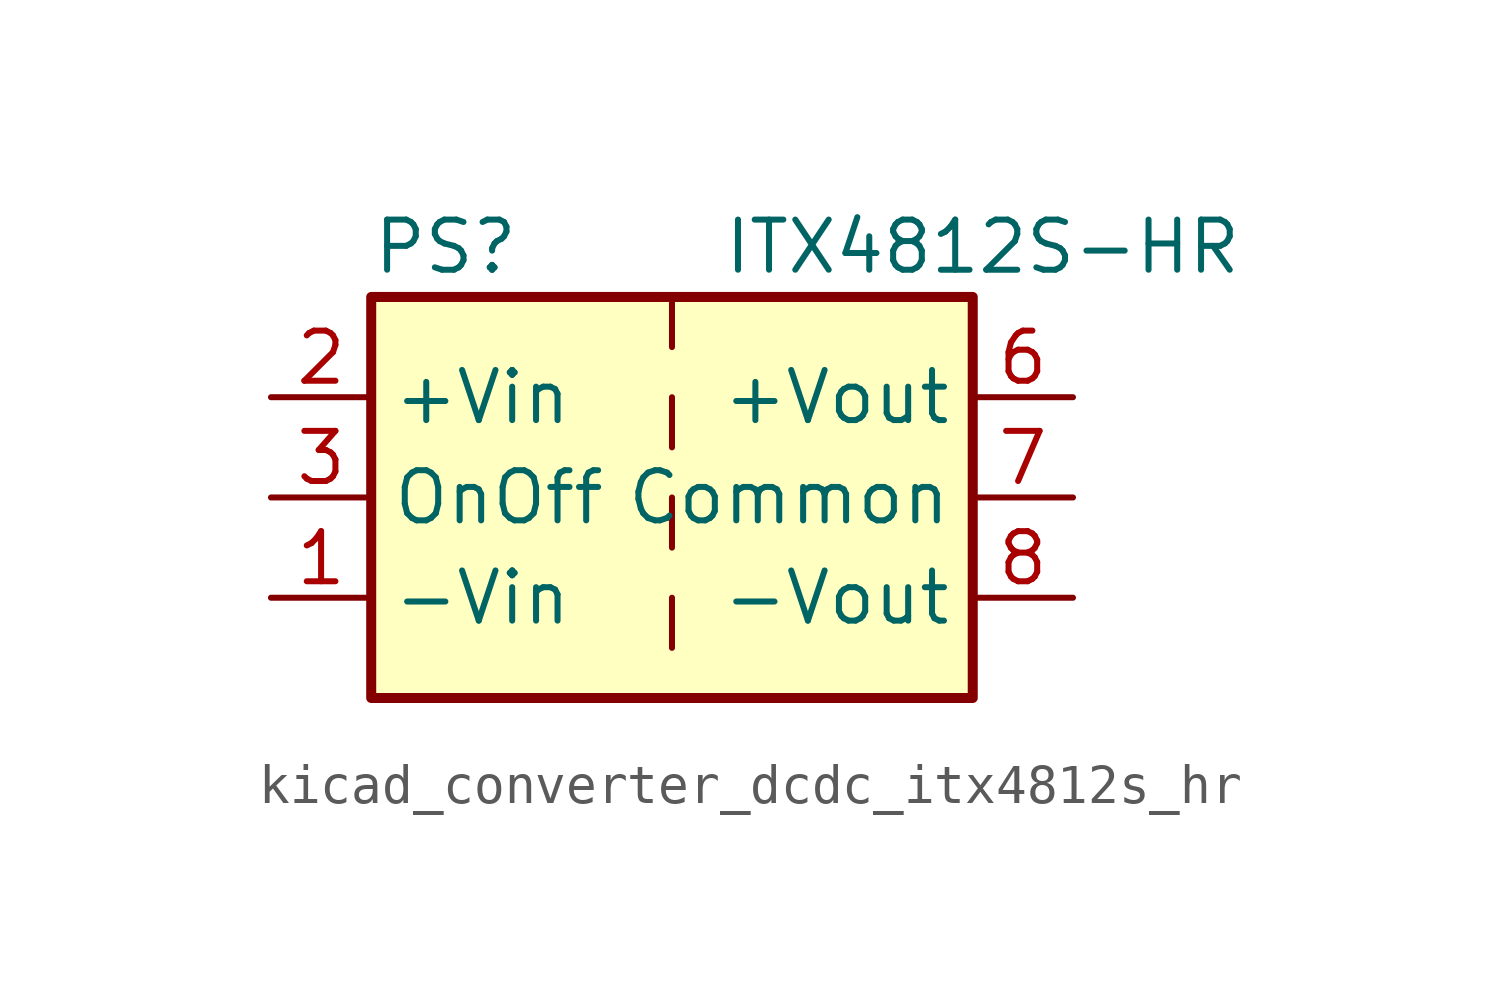
<source format=kicad_sym>
(kicad_symbol_lib
  (version 20220914)
  (generator kicad_symbol_editor)
  (symbol "kicad_converter_dcdc_itx4812s_hr"
    (property "Reference" "PS"
      (at -7.62 6.35 0)
      (effects (font (size 1.27 1.27)) (justify left)))
    (property "Value" "ITX4812S-HR"
      (at 1.27 6.35 0)
      (effects (font (size 1.27 1.27)) (justify left)))
    (symbol "kicad_converter_dcdc_itx4812s_hr_0_0"
      (pin power_in line (at -10.16 -2.54 0) (length 2.54) (name "-Vin" (effects (font (size 1.27 1.27)))) (number "1" (effects (font (size 1.27 1.27)))))
      (pin power_in line (at -10.16 2.54 0) (length 2.54) (name "+Vin" (effects (font (size 1.27 1.27)))) (number "2" (effects (font (size 1.27 1.27)))))
      (pin input line (at -10.16 0 0) (length 2.54) (name "OnOff" (effects (font (size 1.27 1.27)))) (number "3" (effects (font (size 1.27 1.27)))))
      (pin no_connect line (at 0 5.08 270) (length 2.54) hide (name "NC" (effects (font (size 1.27 1.27)))) (number "5" (effects (font (size 1.27 1.27)))))
      (pin power_out line (at 10.16 2.54 180) (length 2.54) (name "+Vout" (effects (font (size 1.27 1.27)))) (number "6" (effects (font (size 1.27 1.27)))))
      (pin power_out line (at 10.16 0 180) (length 2.54) (name "Common" (effects (font (size 1.27 1.27)))) (number "7" (effects (font (size 1.27 1.27)))))
      (pin power_out line (at 10.16 -2.54 180) (length 2.54) (name "-Vout" (effects (font (size 1.27 1.27)))) (number "8" (effects (font (size 1.27 1.27))))))
    (symbol "kicad_converter_dcdc_itx4812s_hr_0_1"
      (rectangle (start -7.62 5.08) (end 7.62 -5.08) (stroke (width 0.254) (type default)) (fill (type background)))
      (polyline (pts (xy 0 -2.54) (xy 0 -3.81)) (stroke (width 0) (type default)) (fill (type none)))
      (polyline (pts (xy 0 0) (xy 0 -1.27)) (stroke (width 0) (type default)) (fill (type none)))
      (polyline (pts (xy 0 2.54) (xy 0 1.27)) (stroke (width 0) (type default)) (fill (type none)))
      (polyline (pts (xy 0 5.08) (xy 0 3.81)) (stroke (width 0) (type default)) (fill (type none))))))
</source>
